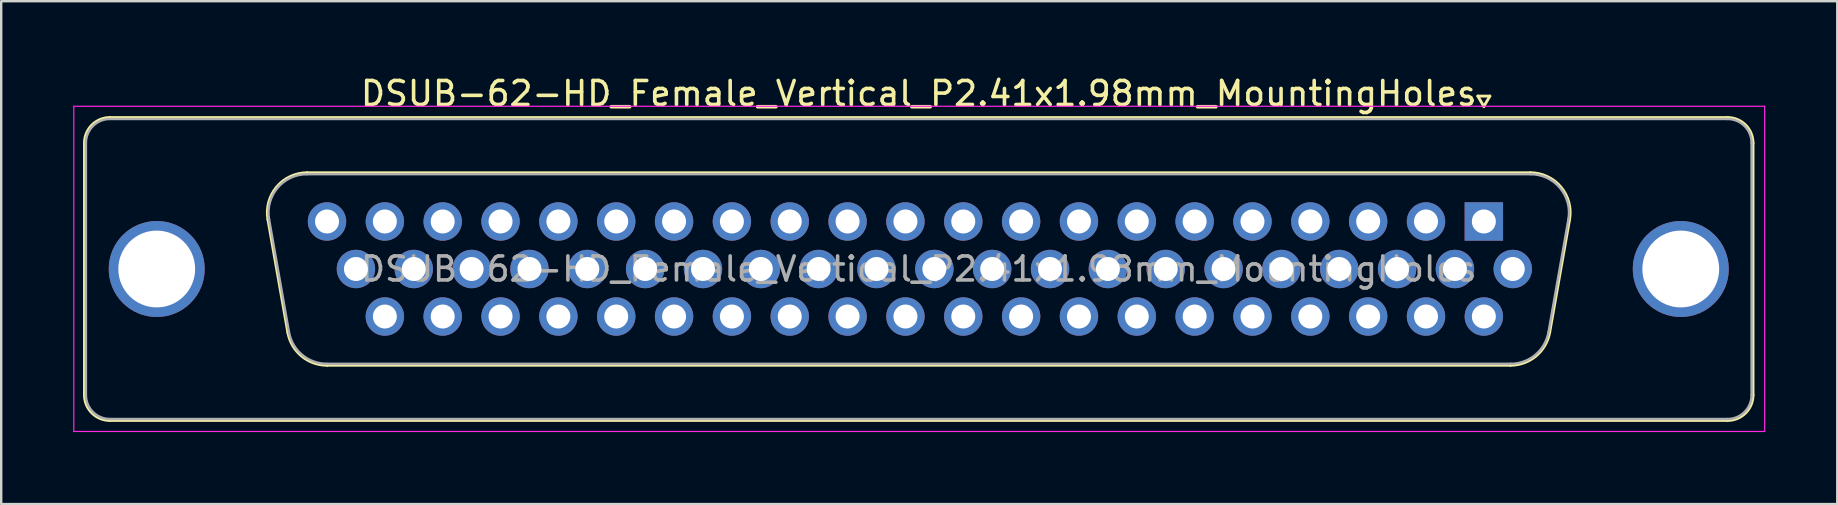
<source format=kicad_pcb>
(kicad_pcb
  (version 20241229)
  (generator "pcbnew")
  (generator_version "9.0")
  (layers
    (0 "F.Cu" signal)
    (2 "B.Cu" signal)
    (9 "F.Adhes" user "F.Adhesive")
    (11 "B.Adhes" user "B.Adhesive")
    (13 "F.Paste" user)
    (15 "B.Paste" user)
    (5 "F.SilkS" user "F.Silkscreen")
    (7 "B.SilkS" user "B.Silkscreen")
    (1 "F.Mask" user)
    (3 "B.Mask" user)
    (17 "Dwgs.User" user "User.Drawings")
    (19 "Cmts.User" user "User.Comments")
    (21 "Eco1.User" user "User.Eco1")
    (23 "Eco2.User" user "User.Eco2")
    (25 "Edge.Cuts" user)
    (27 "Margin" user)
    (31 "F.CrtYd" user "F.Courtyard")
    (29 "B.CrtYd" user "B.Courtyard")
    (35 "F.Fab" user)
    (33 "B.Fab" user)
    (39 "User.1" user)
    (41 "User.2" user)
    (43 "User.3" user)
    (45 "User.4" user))
  (footprint "DSUB-62-HD_Female_Vertical_P2.41x1.98mm_MountingHoles"
    (layer "F.Cu")
    (at 58.775 6.178)
    (property "Reference" "DSUB-62-HD_Female_Vertical_P2.41x1.98mm_MountingHoles" (at -23.545 -5.33 0) (layer "F.SilkS") (effects (font (size 1 1) (thickness 0.15))))
    (attr through_hole)
    (fp_line (start -58.305 7.23) (end -58.305 -3.27) (stroke (width 0.12) (type solid)) (layer "F.SilkS"))
    (fp_line (start -57.245 -4.33) (end 10.155 -4.33) (stroke (width 0.12) (type solid)) (layer "F.SilkS"))
    (fp_line (start -50.661 -0.082) (end -49.833 4.618) (stroke (width 0.12) (type solid)) (layer "F.SilkS"))
    (fp_line (start -49.027 -2.03) (end 1.937 -2.03) (stroke (width 0.12) (type solid)) (layer "F.SilkS"))
    (fp_line (start -48.198 5.99) (end 1.108 5.99) (stroke (width 0.12) (type solid)) (layer "F.SilkS"))
    (fp_line (start -0.25 -5.224) (end 0.25 -5.224) (stroke (width 0.12) (type solid)) (layer "F.SilkS"))
    (fp_line (start 0 -4.791) (end -0.25 -5.224) (stroke (width 0.12) (type solid)) (layer "F.SilkS"))
    (fp_line (start 0.25 -5.224) (end 0 -4.791) (stroke (width 0.12) (type solid)) (layer "F.SilkS"))
    (fp_line (start 3.571 -0.082) (end 2.743 4.618) (stroke (width 0.12) (type solid)) (layer "F.SilkS"))
    (fp_line (start 10.155 8.29) (end -57.245 8.29) (stroke (width 0.12) (type solid)) (layer "F.SilkS"))
    (fp_line (start 11.215 -3.27) (end 11.215 7.23) (stroke (width 0.12) (type solid)) (layer "F.SilkS"))
    (fp_arc (start -58.305 -3.27) (mid -57.994533 -4.019533) (end -57.245 -4.33) (stroke (width 0.12) (type solid)) (layer "F.SilkS"))
    (fp_arc (start -57.245 8.29) (mid -57.994533 7.979533) (end -58.305 7.23) (stroke (width 0.12) (type solid)) (layer "F.SilkS"))
    (fp_arc (start -50.66147 -0.081744) (mid -50.298323 -1.437028) (end -49.026689 -2.03) (stroke (width 0.12) (type solid)) (layer "F.SilkS"))
    (fp_arc (start -48.197952 5.99) (mid -49.264979 5.601634) (end -49.832733 4.618256) (stroke (width 0.12) (type solid)) (layer "F.SilkS"))
    (fp_arc (start 1.936689 -2.03) (mid 3.208323 -1.437027) (end 3.57147 -0.081744) (stroke (width 0.12) (type solid)) (layer "F.SilkS"))
    (fp_arc (start 2.742733 4.618256) (mid 2.17498 5.601634) (end 1.107952 5.99) (stroke (width 0.12) (type solid)) (layer "F.SilkS"))
    (fp_arc (start 10.155 -4.33) (mid 10.904533 -4.019533) (end 11.215 -3.27) (stroke (width 0.12) (type solid)) (layer "F.SilkS"))
    (fp_arc (start 11.215 7.23) (mid 10.904533 7.979533) (end 10.155 8.29) (stroke (width 0.12) (type solid)) (layer "F.SilkS"))
    (fp_line (start -58.75 -4.8) (end -58.75 8.75) (stroke (width 0.05) (type solid)) (layer "F.CrtYd"))
    (fp_line (start -58.75 8.75) (end 11.7 8.75) (stroke (width 0.05) (type solid)) (layer "F.CrtYd"))
    (fp_line (start 11.7 -4.8) (end -58.75 -4.8) (stroke (width 0.05) (type solid)) (layer "F.CrtYd"))
    (fp_line (start 11.7 8.75) (end 11.7 -4.8) (stroke (width 0.05) (type solid)) (layer "F.CrtYd"))
    (fp_line (start -58.245 7.23) (end -58.245 -3.27) (stroke (width 0.1) (type solid)) (layer "F.Fab"))
    (fp_line (start -57.245 -4.27) (end 10.155 -4.27) (stroke (width 0.1) (type solid)) (layer "F.Fab"))
    (fp_line (start -50.614 -0.092) (end -49.785 4.608) (stroke (width 0.1) (type solid)) (layer "F.Fab"))
    (fp_line (start -49.038 -1.97) (end 1.948 -1.97) (stroke (width 0.1) (type solid)) (layer "F.Fab"))
    (fp_line (start -48.209 5.93) (end 1.119 5.93) (stroke (width 0.1) (type solid)) (layer "F.Fab"))
    (fp_line (start 3.524 -0.092) (end 2.695 4.608) (stroke (width 0.1) (type solid)) (layer "F.Fab"))
    (fp_line (start 10.155 8.23) (end -57.245 8.23) (stroke (width 0.1) (type solid)) (layer "F.Fab"))
    (fp_line (start 11.155 -3.27) (end 11.155 7.23) (stroke (width 0.1) (type solid)) (layer "F.Fab"))
    (fp_arc (start -58.245 -3.27) (mid -57.952107 -3.977107) (end -57.245 -4.27) (stroke (width 0.1) (type solid)) (layer "F.Fab"))
    (fp_arc (start -57.245 8.23) (mid -57.952107 7.937107) (end -58.245 7.23) (stroke (width 0.1) (type solid)) (layer "F.Fab"))
    (fp_arc (start -50.613886 -0.092163) (mid -50.263865 -1.39846) (end -49.038194 -1.97) (stroke (width 0.1) (type solid)) (layer "F.Fab"))
    (fp_arc (start -48.209457 5.93) (mid -49.237917 5.555671) (end -49.785149 4.607837) (stroke (width 0.1) (type solid)) (layer "F.Fab"))
    (fp_arc (start 1.948194 -1.97) (mid 3.173865 -1.39846) (end 3.523886 -0.092163) (stroke (width 0.1) (type solid)) (layer "F.Fab"))
    (fp_arc (start 2.695149 4.607837) (mid 2.147917 5.555671) (end 1.119457 5.93) (stroke (width 0.1) (type solid)) (layer "F.Fab"))
    (fp_arc (start 10.155 -4.27) (mid 10.862107 -3.977107) (end 11.155 -3.27) (stroke (width 0.1) (type solid)) (layer "F.Fab"))
    (fp_arc (start 11.155 7.23) (mid 10.862107 7.937107) (end 10.155 8.23) (stroke (width 0.1) (type solid)) (layer "F.Fab"))
    (fp_text user "${REFERENCE}" (at -23.545 1.98 0) (layer "F.Fab") (effects (font (size 1 1) (thickness 0.15))))
    (pad "0" thru_hole circle (at -55.295 1.98) (size 4 4) (drill 3.2) (layers "*.Cu" "*.Mask"))
    (pad "0" thru_hole circle (at 8.205 1.98) (size 4 4) (drill 3.2) (layers "*.Cu" "*.Mask"))
    (pad "1" thru_hole rect (at 0 0) (size 1.6 1.6) (drill 1) (layers "*.Cu" "*.Mask"))
    (pad "2" thru_hole circle (at -2.41 0) (size 1.6 1.6) (drill 1) (layers "*.Cu" "*.Mask"))
    (pad "3" thru_hole circle (at -4.82 0) (size 1.6 1.6) (drill 1) (layers "*.Cu" "*.Mask"))
    (pad "4" thru_hole circle (at -7.23 0) (size 1.6 1.6) (drill 1) (layers "*.Cu" "*.Mask"))
    (pad "5" thru_hole circle (at -9.64 0) (size 1.6 1.6) (drill 1) (layers "*.Cu" "*.Mask"))
    (pad "6" thru_hole circle (at -12.05 0) (size 1.6 1.6) (drill 1) (layers "*.Cu" "*.Mask"))
    (pad "7" thru_hole circle (at -14.46 0) (size 1.6 1.6) (drill 1) (layers "*.Cu" "*.Mask"))
    (pad "8" thru_hole circle (at -16.87 0) (size 1.6 1.6) (drill 1) (layers "*.Cu" "*.Mask"))
    (pad "9" thru_hole circle (at -19.28 0) (size 1.6 1.6) (drill 1) (layers "*.Cu" "*.Mask"))
    (pad "10" thru_hole circle (at -21.69 0) (size 1.6 1.6) (drill 1) (layers "*.Cu" "*.Mask"))
    (pad "11" thru_hole circle (at -24.1 0) (size 1.6 1.6) (drill 1) (layers "*.Cu" "*.Mask"))
    (pad "12" thru_hole circle (at -26.51 0) (size 1.6 1.6) (drill 1) (layers "*.Cu" "*.Mask"))
    (pad "13" thru_hole circle (at -28.92 0) (size 1.6 1.6) (drill 1) (layers "*.Cu" "*.Mask"))
    (pad "14" thru_hole circle (at -31.33 0) (size 1.6 1.6) (drill 1) (layers "*.Cu" "*.Mask"))
    (pad "15" thru_hole circle (at -33.74 0) (size 1.6 1.6) (drill 1) (layers "*.Cu" "*.Mask"))
    (pad "16" thru_hole circle (at -36.15 0) (size 1.6 1.6) (drill 1) (layers "*.Cu" "*.Mask"))
    (pad "17" thru_hole circle (at -38.56 0) (size 1.6 1.6) (drill 1) (layers "*.Cu" "*.Mask"))
    (pad "18" thru_hole circle (at -40.97 0) (size 1.6 1.6) (drill 1) (layers "*.Cu" "*.Mask"))
    (pad "19" thru_hole circle (at -43.38 0) (size 1.6 1.6) (drill 1) (layers "*.Cu" "*.Mask"))
    (pad "20" thru_hole circle (at -45.79 0) (size 1.6 1.6) (drill 1) (layers "*.Cu" "*.Mask"))
    (pad "21" thru_hole circle (at -48.2 0) (size 1.6 1.6) (drill 1) (layers "*.Cu" "*.Mask"))
    (pad "22" thru_hole circle (at 1.205 1.98) (size 1.6 1.6) (drill 1) (layers "*.Cu" "*.Mask"))
    (pad "23" thru_hole circle (at -1.205 1.98) (size 1.6 1.6) (drill 1) (layers "*.Cu" "*.Mask"))
    (pad "24" thru_hole circle (at -3.615 1.98) (size 1.6 1.6) (drill 1) (layers "*.Cu" "*.Mask"))
    (pad "25" thru_hole circle (at -6.025 1.98) (size 1.6 1.6) (drill 1) (layers "*.Cu" "*.Mask"))
    (pad "26" thru_hole circle (at -8.435 1.98) (size 1.6 1.6) (drill 1) (layers "*.Cu" "*.Mask"))
    (pad "27" thru_hole circle (at -10.845 1.98) (size 1.6 1.6) (drill 1) (layers "*.Cu" "*.Mask"))
    (pad "28" thru_hole circle (at -13.255 1.98) (size 1.6 1.6) (drill 1) (layers "*.Cu" "*.Mask"))
    (pad "29" thru_hole circle (at -15.665 1.98) (size 1.6 1.6) (drill 1) (layers "*.Cu" "*.Mask"))
    (pad "30" thru_hole circle (at -18.075 1.98) (size 1.6 1.6) (drill 1) (layers "*.Cu" "*.Mask"))
    (pad "31" thru_hole circle (at -20.485 1.98) (size 1.6 1.6) (drill 1) (layers "*.Cu" "*.Mask"))
    (pad "32" thru_hole circle (at -22.895 1.98) (size 1.6 1.6) (drill 1) (layers "*.Cu" "*.Mask"))
    (pad "33" thru_hole circle (at -25.305 1.98) (size 1.6 1.6) (drill 1) (layers "*.Cu" "*.Mask"))
    (pad "34" thru_hole circle (at -27.715 1.98) (size 1.6 1.6) (drill 1) (layers "*.Cu" "*.Mask"))
    (pad "35" thru_hole circle (at -30.125 1.98) (size 1.6 1.6) (drill 1) (layers "*.Cu" "*.Mask"))
    (pad "36" thru_hole circle (at -32.535 1.98) (size 1.6 1.6) (drill 1) (layers "*.Cu" "*.Mask"))
    (pad "37" thru_hole circle (at -34.945 1.98) (size 1.6 1.6) (drill 1) (layers "*.Cu" "*.Mask"))
    (pad "38" thru_hole circle (at -37.355 1.98) (size 1.6 1.6) (drill 1) (layers "*.Cu" "*.Mask"))
    (pad "39" thru_hole circle (at -39.765 1.98) (size 1.6 1.6) (drill 1) (layers "*.Cu" "*.Mask"))
    (pad "40" thru_hole circle (at -42.175 1.98) (size 1.6 1.6) (drill 1) (layers "*.Cu" "*.Mask"))
    (pad "41" thru_hole circle (at -44.585 1.98) (size 1.6 1.6) (drill 1) (layers "*.Cu" "*.Mask"))
    (pad "42" thru_hole circle (at -46.995 1.98) (size 1.6 1.6) (drill 1) (layers "*.Cu" "*.Mask"))
    (pad "43" thru_hole circle (at 0 3.96) (size 1.6 1.6) (drill 1) (layers "*.Cu" "*.Mask"))
    (pad "44" thru_hole circle (at -2.41 3.96) (size 1.6 1.6) (drill 1) (layers "*.Cu" "*.Mask"))
    (pad "45" thru_hole circle (at -4.82 3.96) (size 1.6 1.6) (drill 1) (layers "*.Cu" "*.Mask"))
    (pad "46" thru_hole circle (at -7.23 3.96) (size 1.6 1.6) (drill 1) (layers "*.Cu" "*.Mask"))
    (pad "47" thru_hole circle (at -9.64 3.96) (size 1.6 1.6) (drill 1) (layers "*.Cu" "*.Mask"))
    (pad "48" thru_hole circle (at -12.05 3.96) (size 1.6 1.6) (drill 1) (layers "*.Cu" "*.Mask"))
    (pad "49" thru_hole circle (at -14.46 3.96) (size 1.6 1.6) (drill 1) (layers "*.Cu" "*.Mask"))
    (pad "50" thru_hole circle (at -16.87 3.96) (size 1.6 1.6) (drill 1) (layers "*.Cu" "*.Mask"))
    (pad "51" thru_hole circle (at -19.28 3.96) (size 1.6 1.6) (drill 1) (layers "*.Cu" "*.Mask"))
    (pad "52" thru_hole circle (at -21.69 3.96) (size 1.6 1.6) (drill 1) (layers "*.Cu" "*.Mask"))
    (pad "53" thru_hole circle (at -24.1 3.96) (size 1.6 1.6) (drill 1) (layers "*.Cu" "*.Mask"))
    (pad "54" thru_hole circle (at -26.51 3.96) (size 1.6 1.6) (drill 1) (layers "*.Cu" "*.Mask"))
    (pad "55" thru_hole circle (at -28.92 3.96) (size 1.6 1.6) (drill 1) (layers "*.Cu" "*.Mask"))
    (pad "56" thru_hole circle (at -31.33 3.96) (size 1.6 1.6) (drill 1) (layers "*.Cu" "*.Mask"))
    (pad "57" thru_hole circle (at -33.74 3.96) (size 1.6 1.6) (drill 1) (layers "*.Cu" "*.Mask"))
    (pad "58" thru_hole circle (at -36.15 3.96) (size 1.6 1.6) (drill 1) (layers "*.Cu" "*.Mask"))
    (pad "59" thru_hole circle (at -38.56 3.96) (size 1.6 1.6) (drill 1) (layers "*.Cu" "*.Mask"))
    (pad "60" thru_hole circle (at -40.97 3.96) (size 1.6 1.6) (drill 1) (layers "*.Cu" "*.Mask"))
    (pad "61" thru_hole circle (at -43.38 3.96) (size 1.6 1.6) (drill 1) (layers "*.Cu" "*.Mask"))
    (pad "62" thru_hole circle (at -45.79 3.96) (size 1.6 1.6) (drill 1) (layers "*.Cu" "*.Mask")))
  (gr_rect
    (start -3 -3)
    (end 73.5 17.953)
    (stroke (width 0.1) (type default))
    (fill no)
    (layer "Edge.Cuts")))
</source>
